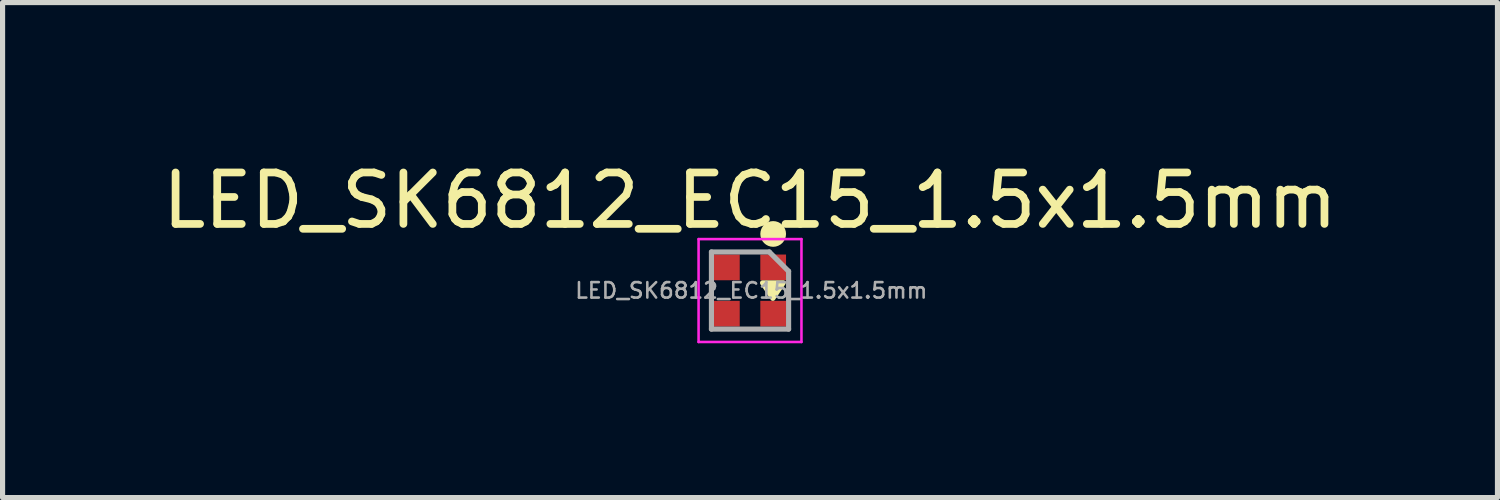
<source format=kicad_pcb>
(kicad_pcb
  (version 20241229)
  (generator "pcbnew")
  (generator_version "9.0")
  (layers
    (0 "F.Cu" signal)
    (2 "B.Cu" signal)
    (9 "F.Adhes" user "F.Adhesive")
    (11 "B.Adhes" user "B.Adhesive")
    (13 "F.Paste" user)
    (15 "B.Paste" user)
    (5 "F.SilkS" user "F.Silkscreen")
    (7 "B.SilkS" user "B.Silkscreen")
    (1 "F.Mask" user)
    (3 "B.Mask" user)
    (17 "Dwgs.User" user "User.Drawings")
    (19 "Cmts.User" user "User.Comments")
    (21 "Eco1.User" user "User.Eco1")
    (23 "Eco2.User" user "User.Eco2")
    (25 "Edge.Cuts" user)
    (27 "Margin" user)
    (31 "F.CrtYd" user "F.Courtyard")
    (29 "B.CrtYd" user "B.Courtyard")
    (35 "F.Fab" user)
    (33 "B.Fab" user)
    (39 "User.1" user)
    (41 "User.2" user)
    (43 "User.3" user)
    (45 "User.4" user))
  (footprint "LED_SK6812_EC15_1.5x1.5mm"
    (layer "F.Cu")
    (at 11.53 2.598)
    (property "Reference" "LED_SK6812_EC15_1.5x1.5mm" (at 0 -1.75 180) (layer "F.SilkS") (effects (font (size 1 1) (thickness 0.15))))
    (attr smd)
    (fp_circle (center 0.45 -1.1) (end 0.65 -1.1) (stroke (width 0.1) (type solid)) (fill yes) (layer "F.SilkS"))
    (fp_poly (pts (xy 0.244 -0.149) (xy 0.444 0.151) (xy 0.644 -0.149)) (stroke (width 0.1) (type solid)) (fill yes) (layer "F.SilkS"))
    (fp_line (start -1 -1) (end 1 -1) (stroke (width 0.05) (type solid)) (layer "F.CrtYd"))
    (fp_line (start -1 1) (end -1 -1) (stroke (width 0.05) (type solid)) (layer "F.CrtYd"))
    (fp_line (start 1 -1) (end 1 1) (stroke (width 0.05) (type solid)) (layer "F.CrtYd"))
    (fp_line (start 1 1) (end -1 1) (stroke (width 0.05) (type solid)) (layer "F.CrtYd"))
    (fp_line (start -0.75 -0.75) (end 0.375 -0.75) (stroke (width 0.1) (type solid)) (layer "F.Fab"))
    (fp_line (start -0.75 0.75) (end -0.75 -0.75) (stroke (width 0.1) (type solid)) (layer "F.Fab"))
    (fp_line (start 0.375 -0.75) (end 0.75 -0.375) (stroke (width 0.1) (type solid)) (layer "F.Fab"))
    (fp_line (start 0.75 -0.375) (end 0.75 0.75) (stroke (width 0.1) (type solid)) (layer "F.Fab"))
    (fp_line (start 0.75 0.75) (end -0.75 0.75) (stroke (width 0.1) (type solid)) (layer "F.Fab"))
    (fp_text user "${REFERENCE}" (at 0.025 0 180) (layer "F.Fab") (effects (font (size 0.3 0.3) (thickness 0.05))))
    (pad "1" smd rect (at -0.45 0.45) (size 0.5 0.5) (layers "F.Cu" "F.Mask" "F.Paste"))
    (pad "2" smd rect (at 0.45 0.45) (size 0.5 0.5) (layers "F.Cu" "F.Mask" "F.Paste"))
    (pad "3" smd rect (at 0.45 -0.45) (size 0.5 0.5) (layers "F.Cu" "F.Mask" "F.Paste"))
    (pad "4" smd rect (at -0.45 -0.45) (size 0.5 0.5) (layers "F.Cu" "F.Mask" "F.Paste")))
  (gr_rect
    (start -3 -3)
    (end 26.06 6.623)
    (stroke (width 0.1) (type default))
    (fill no)
    (layer "Edge.Cuts")))
</source>
